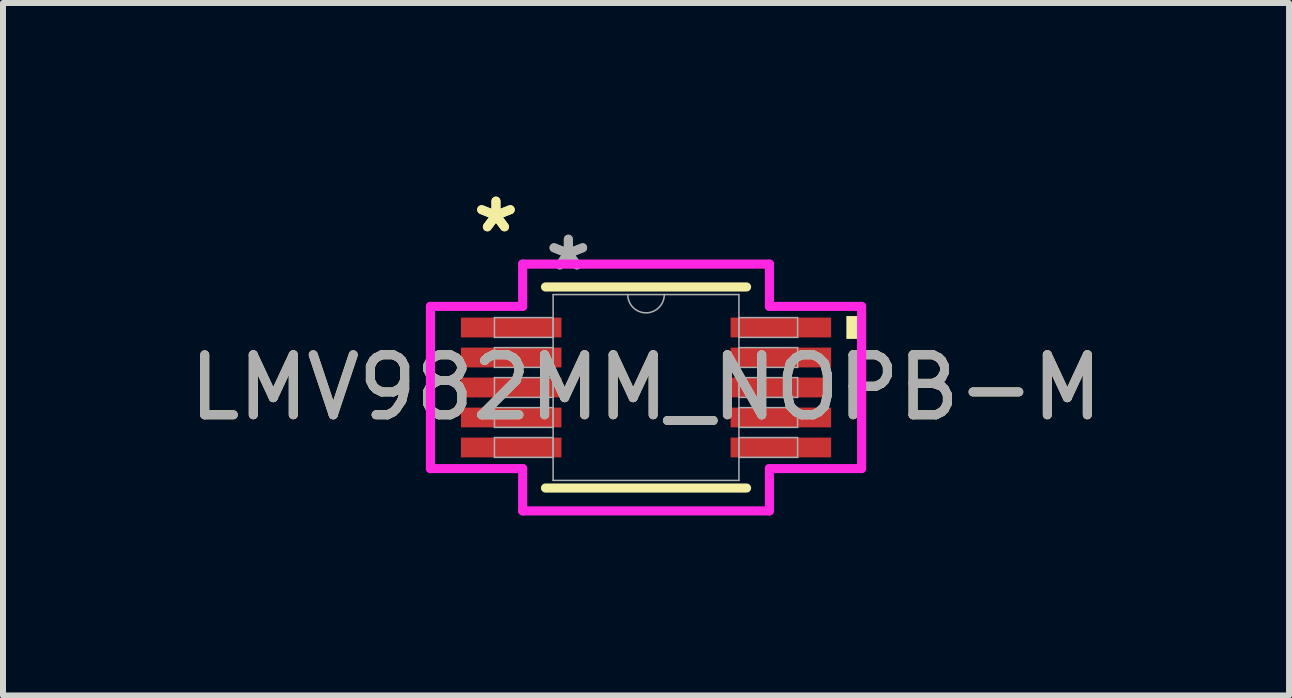
<source format=kicad_pcb>
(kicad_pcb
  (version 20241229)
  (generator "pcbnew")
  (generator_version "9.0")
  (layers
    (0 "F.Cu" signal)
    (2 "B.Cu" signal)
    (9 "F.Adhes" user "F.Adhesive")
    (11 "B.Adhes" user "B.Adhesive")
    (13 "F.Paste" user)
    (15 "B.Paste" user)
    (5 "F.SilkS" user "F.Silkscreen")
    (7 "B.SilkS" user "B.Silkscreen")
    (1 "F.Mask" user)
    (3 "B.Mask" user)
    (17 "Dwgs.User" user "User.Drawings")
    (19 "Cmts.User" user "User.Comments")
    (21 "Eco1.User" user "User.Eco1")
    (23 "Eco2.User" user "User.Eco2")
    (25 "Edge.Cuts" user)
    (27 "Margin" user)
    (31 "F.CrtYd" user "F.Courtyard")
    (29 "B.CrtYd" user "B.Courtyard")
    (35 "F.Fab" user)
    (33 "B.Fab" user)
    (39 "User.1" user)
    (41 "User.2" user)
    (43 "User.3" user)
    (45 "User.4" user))
  (footprint "LMV982MM_NOPB-M"
    (layer "F.Cu")
    (at 7.72 3.41)
    (property "Reference" "LMV982MM_NOPB-M" (at 0 0 0) (unlocked yes) (layer "F.SilkS") (effects (font (size 1 1) (thickness 0.15))))
    (attr smd)
    (fp_line (start -1.676 1.676) (end 1.676 1.676) (stroke (width 0.152) (type solid)) (layer "F.SilkS"))
    (fp_line (start 1.676 -1.676) (end -1.676 -1.676) (stroke (width 0.152) (type solid)) (layer "F.SilkS"))
    (fp_poly (pts (xy 3.594 -1.191) (xy 3.594 -0.81) (xy 3.34 -0.81) (xy 3.34 -1.191)) (stroke (width 0) (type solid)) (fill yes) (layer "F.SilkS"))
    (fp_line (start -3.594 -1.352) (end -2.057 -1.352) (stroke (width 0.152) (type solid)) (layer "F.CrtYd"))
    (fp_line (start -3.594 1.352) (end -3.594 -1.352) (stroke (width 0.152) (type solid)) (layer "F.CrtYd"))
    (fp_line (start -3.594 1.352) (end -2.057 1.352) (stroke (width 0.152) (type solid)) (layer "F.CrtYd"))
    (fp_line (start -2.057 -2.057) (end 2.057 -2.057) (stroke (width 0.152) (type solid)) (layer "F.CrtYd"))
    (fp_line (start -2.057 -1.352) (end -2.057 -2.057) (stroke (width 0.152) (type solid)) (layer "F.CrtYd"))
    (fp_line (start -2.057 2.057) (end -2.057 1.352) (stroke (width 0.152) (type solid)) (layer "F.CrtYd"))
    (fp_line (start 2.057 -2.057) (end 2.057 -1.352) (stroke (width 0.152) (type solid)) (layer "F.CrtYd"))
    (fp_line (start 2.057 1.352) (end 2.057 2.057) (stroke (width 0.152) (type solid)) (layer "F.CrtYd"))
    (fp_line (start 2.057 2.057) (end -2.057 2.057) (stroke (width 0.152) (type solid)) (layer "F.CrtYd"))
    (fp_line (start 3.594 -1.352) (end 2.057 -1.352) (stroke (width 0.152) (type solid)) (layer "F.CrtYd"))
    (fp_line (start 3.594 -1.352) (end 3.594 1.352) (stroke (width 0.152) (type solid)) (layer "F.CrtYd"))
    (fp_line (start 3.594 1.352) (end 2.057 1.352) (stroke (width 0.152) (type solid)) (layer "F.CrtYd"))
    (fp_line (start -2.527 -1.165) (end -2.527 -0.835) (stroke (width 0.025) (type solid)) (layer "F.Fab"))
    (fp_line (start -2.527 -0.835) (end -1.549 -0.835) (stroke (width 0.025) (type solid)) (layer "F.Fab"))
    (fp_line (start -2.527 -0.665) (end -2.527 -0.335) (stroke (width 0.025) (type solid)) (layer "F.Fab"))
    (fp_line (start -2.527 -0.335) (end -1.549 -0.335) (stroke (width 0.025) (type solid)) (layer "F.Fab"))
    (fp_line (start -2.527 -0.165) (end -2.527 0.165) (stroke (width 0.025) (type solid)) (layer "F.Fab"))
    (fp_line (start -2.527 0.165) (end -1.549 0.165) (stroke (width 0.025) (type solid)) (layer "F.Fab"))
    (fp_line (start -2.527 0.335) (end -2.527 0.665) (stroke (width 0.025) (type solid)) (layer "F.Fab"))
    (fp_line (start -2.527 0.665) (end -1.549 0.665) (stroke (width 0.025) (type solid)) (layer "F.Fab"))
    (fp_line (start -2.527 0.835) (end -2.527 1.165) (stroke (width 0.025) (type solid)) (layer "F.Fab"))
    (fp_line (start -2.527 1.165) (end -1.549 1.165) (stroke (width 0.025) (type solid)) (layer "F.Fab"))
    (fp_line (start -1.549 -1.549) (end -1.549 1.549) (stroke (width 0.025) (type solid)) (layer "F.Fab"))
    (fp_line (start -1.549 -1.165) (end -2.527 -1.165) (stroke (width 0.025) (type solid)) (layer "F.Fab"))
    (fp_line (start -1.549 -0.835) (end -1.549 -1.165) (stroke (width 0.025) (type solid)) (layer "F.Fab"))
    (fp_line (start -1.549 -0.665) (end -2.527 -0.665) (stroke (width 0.025) (type solid)) (layer "F.Fab"))
    (fp_line (start -1.549 -0.335) (end -1.549 -0.665) (stroke (width 0.025) (type solid)) (layer "F.Fab"))
    (fp_line (start -1.549 -0.165) (end -2.527 -0.165) (stroke (width 0.025) (type solid)) (layer "F.Fab"))
    (fp_line (start -1.549 0.165) (end -1.549 -0.165) (stroke (width 0.025) (type solid)) (layer "F.Fab"))
    (fp_line (start -1.549 0.335) (end -2.527 0.335) (stroke (width 0.025) (type solid)) (layer "F.Fab"))
    (fp_line (start -1.549 0.665) (end -1.549 0.335) (stroke (width 0.025) (type solid)) (layer "F.Fab"))
    (fp_line (start -1.549 0.835) (end -2.527 0.835) (stroke (width 0.025) (type solid)) (layer "F.Fab"))
    (fp_line (start -1.549 1.165) (end -1.549 0.835) (stroke (width 0.025) (type solid)) (layer "F.Fab"))
    (fp_line (start -1.549 1.549) (end 1.549 1.549) (stroke (width 0.025) (type solid)) (layer "F.Fab"))
    (fp_line (start 1.549 -1.549) (end -1.549 -1.549) (stroke (width 0.025) (type solid)) (layer "F.Fab"))
    (fp_line (start 1.549 -1.165) (end 1.549 -0.835) (stroke (width 0.025) (type solid)) (layer "F.Fab"))
    (fp_line (start 1.549 -0.835) (end 2.527 -0.835) (stroke (width 0.025) (type solid)) (layer "F.Fab"))
    (fp_line (start 1.549 -0.665) (end 1.549 -0.335) (stroke (width 0.025) (type solid)) (layer "F.Fab"))
    (fp_line (start 1.549 -0.335) (end 2.527 -0.335) (stroke (width 0.025) (type solid)) (layer "F.Fab"))
    (fp_line (start 1.549 -0.165) (end 1.549 0.165) (stroke (width 0.025) (type solid)) (layer "F.Fab"))
    (fp_line (start 1.549 0.165) (end 2.527 0.165) (stroke (width 0.025) (type solid)) (layer "F.Fab"))
    (fp_line (start 1.549 0.335) (end 1.549 0.665) (stroke (width 0.025) (type solid)) (layer "F.Fab"))
    (fp_line (start 1.549 0.665) (end 2.527 0.665) (stroke (width 0.025) (type solid)) (layer "F.Fab"))
    (fp_line (start 1.549 0.835) (end 1.549 1.165) (stroke (width 0.025) (type solid)) (layer "F.Fab"))
    (fp_line (start 1.549 1.165) (end 2.527 1.165) (stroke (width 0.025) (type solid)) (layer "F.Fab"))
    (fp_line (start 1.549 1.549) (end 1.549 -1.549) (stroke (width 0.025) (type solid)) (layer "F.Fab"))
    (fp_line (start 2.527 -1.165) (end 1.549 -1.165) (stroke (width 0.025) (type solid)) (layer "F.Fab"))
    (fp_line (start 2.527 -0.835) (end 2.527 -1.165) (stroke (width 0.025) (type solid)) (layer "F.Fab"))
    (fp_line (start 2.527 -0.665) (end 1.549 -0.665) (stroke (width 0.025) (type solid)) (layer "F.Fab"))
    (fp_line (start 2.527 -0.335) (end 2.527 -0.665) (stroke (width 0.025) (type solid)) (layer "F.Fab"))
    (fp_line (start 2.527 -0.165) (end 1.549 -0.165) (stroke (width 0.025) (type solid)) (layer "F.Fab"))
    (fp_line (start 2.527 0.165) (end 2.527 -0.165) (stroke (width 0.025) (type solid)) (layer "F.Fab"))
    (fp_line (start 2.527 0.335) (end 1.549 0.335) (stroke (width 0.025) (type solid)) (layer "F.Fab"))
    (fp_line (start 2.527 0.665) (end 2.527 0.335) (stroke (width 0.025) (type solid)) (layer "F.Fab"))
    (fp_line (start 2.527 0.835) (end 1.549 0.835) (stroke (width 0.025) (type solid)) (layer "F.Fab"))
    (fp_line (start 2.527 1.165) (end 2.527 0.835) (stroke (width 0.025) (type solid)) (layer "F.Fab"))
    (fp_arc (start 0.3048 -1.5494) (mid 0 -1.2446) (end -0.3048 -1.5494) (stroke (width 0.0254) (type solid)) (layer "F.Fab"))
    (fp_text user "*" (at -2.502 -2.562 0) (layer "F.SilkS") (effects (font (size 1 1) (thickness 0.15))))
    (fp_text user "*" (at -2.502 -2.562 0) (unlocked yes) (layer "F.SilkS") (effects (font (size 1 1) (thickness 0.15))))
    (fp_text user "${REFERENCE}" (at 0 0 0) (unlocked yes) (layer "F.Fab") (effects (font (size 1 1) (thickness 0.15))))
    (fp_text user "*" (at -1.295 -1.927 0) (unlocked yes) (layer "F.Fab") (effects (font (size 1 1) (thickness 0.15))))
    (fp_text user "*" (at -1.295 -1.927 0) (layer "F.Fab") (effects (font (size 1 1) (thickness 0.15))))
    (pad "1" smd rect (at -2.248 -1) (size 1.676 0.33) (layers "F.Cu" "F.Mask" "F.Paste"))
    (pad "2" smd rect (at -2.248 -0.5) (size 1.676 0.33) (layers "F.Cu" "F.Mask" "F.Paste"))
    (pad "3" smd rect (at -2.248 0) (size 1.676 0.33) (layers "F.Cu" "F.Mask" "F.Paste"))
    (pad "4" smd rect (at -2.248 0.5) (size 1.676 0.33) (layers "F.Cu" "F.Mask" "F.Paste"))
    (pad "5" smd rect (at -2.248 1) (size 1.676 0.33) (layers "F.Cu" "F.Mask" "F.Paste"))
    (pad "6" smd rect (at 2.248 1) (size 1.676 0.33) (layers "F.Cu" "F.Mask" "F.Paste"))
    (pad "7" smd rect (at 2.248 0.5) (size 1.676 0.33) (layers "F.Cu" "F.Mask" "F.Paste"))
    (pad "8" smd rect (at 2.248 0) (size 1.676 0.33) (layers "F.Cu" "F.Mask" "F.Paste"))
    (pad "9" smd rect (at 2.248 -0.5) (size 1.676 0.33) (layers "F.Cu" "F.Mask" "F.Paste"))
    (pad "10" smd rect (at 2.248 -1) (size 1.676 0.33) (layers "F.Cu" "F.Mask" "F.Paste")))
  (gr_rect
    (start -3 -3)
    (end 18.44 8.544)
    (stroke (width 0.1) (type default))
    (fill no)
    (layer "Edge.Cuts")))
</source>
